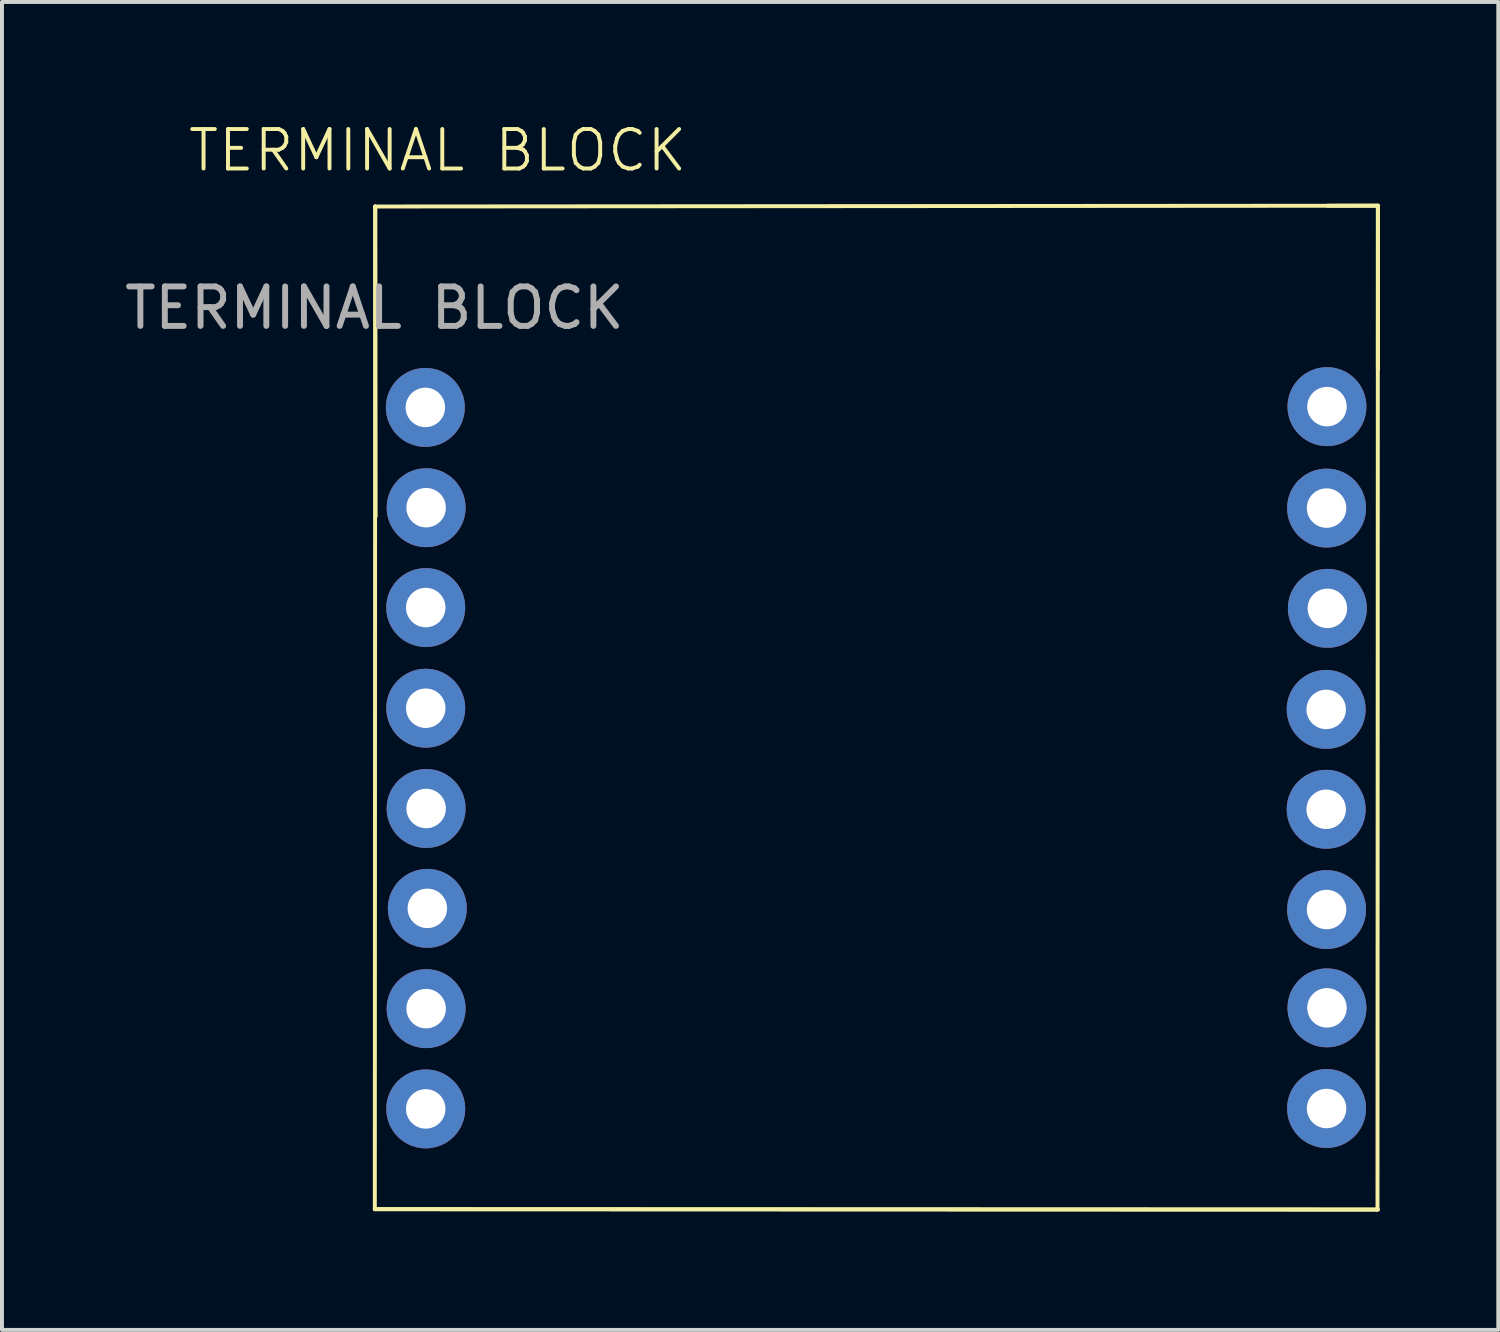
<source format=kicad_pcb>
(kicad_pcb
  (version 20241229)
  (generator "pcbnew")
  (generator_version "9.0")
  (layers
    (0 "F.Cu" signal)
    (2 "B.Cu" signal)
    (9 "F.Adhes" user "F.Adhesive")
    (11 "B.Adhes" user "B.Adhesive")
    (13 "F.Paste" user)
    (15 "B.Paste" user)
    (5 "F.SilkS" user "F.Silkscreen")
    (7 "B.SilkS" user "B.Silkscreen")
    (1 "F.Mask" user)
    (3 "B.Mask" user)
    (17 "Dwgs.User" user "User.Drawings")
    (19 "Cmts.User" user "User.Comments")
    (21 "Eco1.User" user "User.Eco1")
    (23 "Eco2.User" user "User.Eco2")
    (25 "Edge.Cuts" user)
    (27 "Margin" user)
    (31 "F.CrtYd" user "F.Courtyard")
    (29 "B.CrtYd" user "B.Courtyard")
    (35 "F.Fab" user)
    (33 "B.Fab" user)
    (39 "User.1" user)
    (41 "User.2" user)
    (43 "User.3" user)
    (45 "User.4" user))
  (footprint "TERMINAL BLOCK"
    (layer "F.Cu")
    (at 6.435 2.251)
    (property "Reference" "TERMINAL BLOCK" (at 1.6 -1.49 0) (unlocked yes) (layer "F.SilkS") (effects (font (size 1 1) (thickness 0.1))))
    (attr smd)
    (fp_line (start 0.01 25.33) (end 25.41 25.34) (stroke (width 0.1) (type default)) (layer "F.SilkS"))
    (fp_line (start 0.01 25.33) (end 25.42 25.34) (stroke (width 0.1) (type default)) (layer "F.SilkS"))
    (fp_line (start 0.02 -0.07) (end 0.01 25.33) (stroke (width 0.1) (type default)) (layer "F.SilkS"))
    (fp_line (start 0.02 -0.07) (end 0.03 7.78) (stroke (width 0.1) (type default)) (layer "F.SilkS"))
    (fp_line (start 25.41 25.34) (end 25.42 -0.09) (stroke (width 0.1) (type default)) (layer "F.SilkS"))
    (fp_line (start 25.42 -0.09) (end 0.02 -0.07) (stroke (width 0.1) (type default)) (layer "F.SilkS"))
    (fp_line (start 25.42 -0.09) (end 24.15 -0.09) (stroke (width 0.1) (type default)) (layer "F.SilkS"))
    (fp_line (start 25.42 -0.09) (end 25.42 4.06) (stroke (width 0.1) (type default)) (layer "F.SilkS"))
    (fp_text user "${REFERENCE}" (at 0 2.5 0) (unlocked yes) (layer "F.Fab") (effects (font (size 1 1) (thickness 0.15))))
    (pad "1" thru_hole oval (at 1.29 5.02) (size 2 2) (drill 1) (layers "*.Cu" "*.Mask"))
    (pad "1" thru_hole oval (at 1.3 10.09) (size 2 2) (drill 1) (layers "*.Cu" "*.Mask"))
    (pad "1" thru_hole oval (at 1.3 12.64) (size 2 2) (drill 1) (layers "*.Cu" "*.Mask"))
    (pad "1" thru_hole oval (at 1.3 22.79) (size 2 2) (drill 1) (layers "*.Cu" "*.Mask"))
    (pad "1" thru_hole oval (at 1.31 7.56) (size 2 2) (drill 1) (layers "*.Cu" "*.Mask"))
    (pad "1" thru_hole oval (at 1.31 15.18) (size 2 2) (drill 1) (layers "*.Cu" "*.Mask"))
    (pad "1" thru_hole oval (at 1.31 20.25) (size 2 2) (drill 1) (layers "*.Cu" "*.Mask"))
    (pad "1" thru_hole oval (at 1.34 17.71) (size 2 2) (drill 1) (layers "*.Cu" "*.Mask"))
    (pad "1" thru_hole oval (at 24.11 12.67) (size 2 2) (drill 1) (layers "*.Cu" "*.Mask"))
    (pad "1" thru_hole oval (at 24.11 15.2) (size 2 2) (drill 1) (layers "*.Cu" "*.Mask"))
    (pad "1" thru_hole oval (at 24.12 7.57) (size 2 2) (drill 1) (layers "*.Cu" "*.Mask"))
    (pad "1" thru_hole oval (at 24.12 17.74) (size 2 2) (drill 1) (layers "*.Cu" "*.Mask"))
    (pad "1" thru_hole oval (at 24.12 22.78) (size 2 2) (drill 1) (layers "*.Cu" "*.Mask"))
    (pad "1" thru_hole oval (at 24.13 5) (size 2 2) (drill 1) (layers "*.Cu" "*.Mask"))
    (pad "1" thru_hole oval (at 24.13 20.23) (size 2 2) (drill 1) (layers "*.Cu" "*.Mask"))
    (pad "1" thru_hole oval (at 24.14 10.11) (size 2 2) (drill 1) (layers "*.Cu" "*.Mask")))
  (gr_rect
    (start -3 -3)
    (end 34.905 30.64)
    (stroke (width 0.1) (type default))
    (fill no)
    (layer "Edge.Cuts")))
</source>
